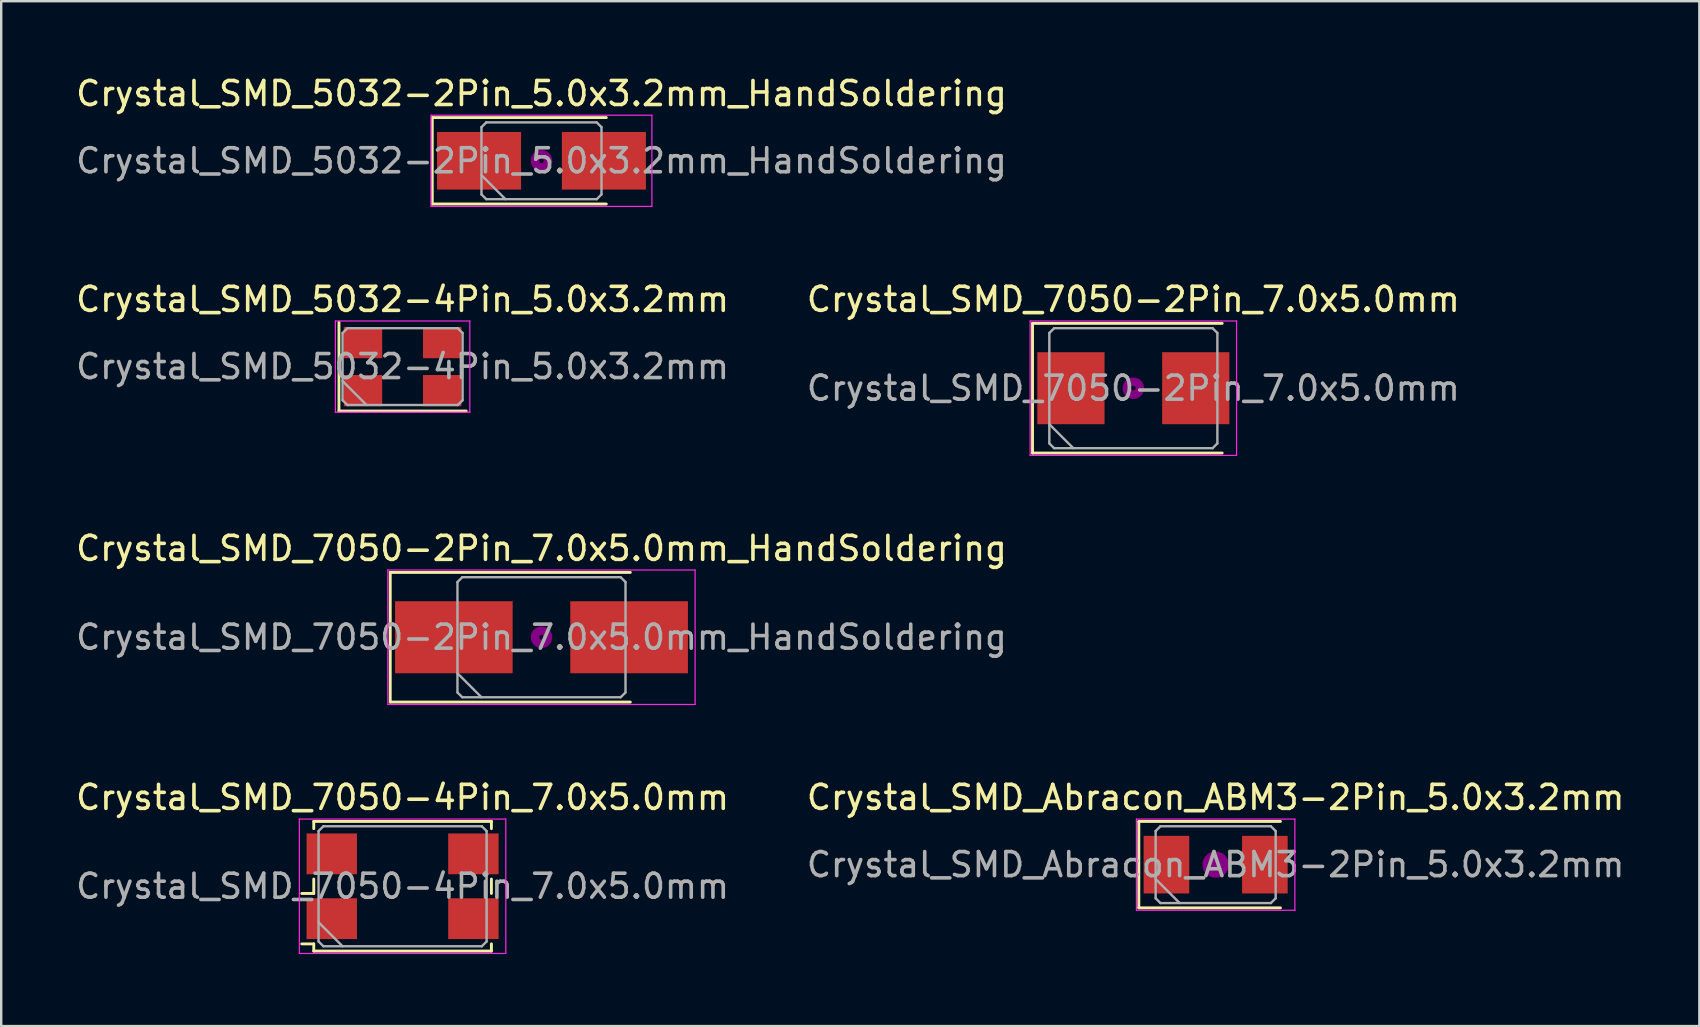
<source format=kicad_pcb>
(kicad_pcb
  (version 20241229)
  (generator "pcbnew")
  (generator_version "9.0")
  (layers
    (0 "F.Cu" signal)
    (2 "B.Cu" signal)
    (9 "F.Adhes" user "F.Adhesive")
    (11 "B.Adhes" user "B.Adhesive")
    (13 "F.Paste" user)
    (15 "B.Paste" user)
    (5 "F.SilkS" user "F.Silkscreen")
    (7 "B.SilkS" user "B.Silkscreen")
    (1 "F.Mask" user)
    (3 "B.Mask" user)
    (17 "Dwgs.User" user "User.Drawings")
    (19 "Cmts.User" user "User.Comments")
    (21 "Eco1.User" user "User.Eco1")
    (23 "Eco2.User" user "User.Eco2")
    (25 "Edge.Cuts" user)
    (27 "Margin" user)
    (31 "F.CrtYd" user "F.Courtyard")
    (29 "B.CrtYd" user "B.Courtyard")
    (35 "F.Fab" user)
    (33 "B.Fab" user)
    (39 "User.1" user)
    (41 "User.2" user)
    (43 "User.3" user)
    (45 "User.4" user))
  (footprint "Crystal_SMD_5032-4Pin_5.0x3.2mm"
    (layer "F.Cu")
    (at 13.72 12.222)
    (property "Reference" "Crystal_SMD_5032-4Pin_5.0x3.2mm" (at 0 -2.8 0) (layer "F.SilkS") (effects (font (size 1 1) (thickness 0.15))))
    (attr smd)
    (fp_line (start -2.65 -1.85) (end -2.65 1.85) (stroke (width 0.12) (type solid)) (layer "F.SilkS"))
    (fp_line (start -2.65 1.85) (end 2.65 1.85) (stroke (width 0.12) (type solid)) (layer "F.SilkS"))
    (fp_line (start -2.8 -1.9) (end -2.8 1.9) (stroke (width 0.05) (type solid)) (layer "F.CrtYd"))
    (fp_line (start -2.8 1.9) (end 2.8 1.9) (stroke (width 0.05) (type solid)) (layer "F.CrtYd"))
    (fp_line (start 2.8 -1.9) (end -2.8 -1.9) (stroke (width 0.05) (type solid)) (layer "F.CrtYd"))
    (fp_line (start 2.8 1.9) (end 2.8 -1.9) (stroke (width 0.05) (type solid)) (layer "F.CrtYd"))
    (fp_line (start -2.5 -1.4) (end -2.3 -1.6) (stroke (width 0.1) (type solid)) (layer "F.Fab"))
    (fp_line (start -2.5 0.6) (end -1.5 1.6) (stroke (width 0.1) (type solid)) (layer "F.Fab"))
    (fp_line (start -2.5 1.4) (end -2.5 -1.4) (stroke (width 0.1) (type solid)) (layer "F.Fab"))
    (fp_line (start -2.3 -1.6) (end 2.3 -1.6) (stroke (width 0.1) (type solid)) (layer "F.Fab"))
    (fp_line (start -2.3 1.6) (end -2.5 1.4) (stroke (width 0.1) (type solid)) (layer "F.Fab"))
    (fp_line (start 2.3 -1.6) (end 2.5 -1.4) (stroke (width 0.1) (type solid)) (layer "F.Fab"))
    (fp_line (start 2.3 1.6) (end -2.3 1.6) (stroke (width 0.1) (type solid)) (layer "F.Fab"))
    (fp_line (start 2.5 -1.4) (end 2.5 1.4) (stroke (width 0.1) (type solid)) (layer "F.Fab"))
    (fp_line (start 2.5 1.4) (end 2.3 1.6) (stroke (width 0.1) (type solid)) (layer "F.Fab"))
    (fp_text user "${REFERENCE}" (at 0 0 0) (layer "F.Fab") (effects (font (size 1 1) (thickness 0.15))))
    (pad "1" smd rect (at -1.65 1) (size 1.6 1.3) (layers "F.Cu" "F.Mask" "F.Paste"))
    (pad "2" smd rect (at 1.65 1) (size 1.6 1.3) (layers "F.Cu" "F.Mask" "F.Paste"))
    (pad "3" smd rect (at 1.65 -1) (size 1.6 1.3) (layers "F.Cu" "F.Mask" "F.Paste"))
    (pad "4" smd rect (at -1.65 -1) (size 1.6 1.3) (layers "F.Cu" "F.Mask" "F.Paste")))
  (footprint "Crystal_SMD_5032-2Pin_5.0x3.2mm_HandSoldering"
    (layer "F.Cu")
    (at 19.506 3.648)
    (property "Reference" "Crystal_SMD_5032-2Pin_5.0x3.2mm_HandSoldering" (at 0 -2.8 0) (layer "F.SilkS") (effects (font (size 1 1) (thickness 0.15))))
    (attr smd)
    (fp_line (start -4.55 -1.8) (end -4.55 1.8) (stroke (width 0.12) (type solid)) (layer "F.SilkS"))
    (fp_line (start -4.55 1.8) (end 2.7 1.8) (stroke (width 0.12) (type solid)) (layer "F.SilkS"))
    (fp_line (start 2.7 -1.8) (end -4.55 -1.8) (stroke (width 0.12) (type solid)) (layer "F.SilkS"))
    (fp_circle (center 0 0) (end 0.093 0) (stroke (width 0.187) (type solid)) (fill no) (layer "F.Adhes"))
    (fp_circle (center 0 0) (end 0.213 0) (stroke (width 0.133) (type solid)) (fill no) (layer "F.Adhes"))
    (fp_circle (center 0 0) (end 0.333 0) (stroke (width 0.133) (type solid)) (fill no) (layer "F.Adhes"))
    (fp_circle (center 0 0) (end 0.4 0) (stroke (width 0.1) (type solid)) (fill no) (layer "F.Adhes"))
    (fp_line (start -4.6 -1.9) (end -4.6 1.9) (stroke (width 0.05) (type solid)) (layer "F.CrtYd"))
    (fp_line (start -4.6 1.9) (end 4.6 1.9) (stroke (width 0.05) (type solid)) (layer "F.CrtYd"))
    (fp_line (start 4.6 -1.9) (end -4.6 -1.9) (stroke (width 0.05) (type solid)) (layer "F.CrtYd"))
    (fp_line (start 4.6 1.9) (end 4.6 -1.9) (stroke (width 0.05) (type solid)) (layer "F.CrtYd"))
    (fp_line (start -2.5 -1.4) (end -2.3 -1.6) (stroke (width 0.1) (type solid)) (layer "F.Fab"))
    (fp_line (start -2.5 0.6) (end -1.5 1.6) (stroke (width 0.1) (type solid)) (layer "F.Fab"))
    (fp_line (start -2.5 1.4) (end -2.5 -1.4) (stroke (width 0.1) (type solid)) (layer "F.Fab"))
    (fp_line (start -2.3 -1.6) (end 2.3 -1.6) (stroke (width 0.1) (type solid)) (layer "F.Fab"))
    (fp_line (start -2.3 1.6) (end -2.5 1.4) (stroke (width 0.1) (type solid)) (layer "F.Fab"))
    (fp_line (start 2.3 -1.6) (end 2.5 -1.4) (stroke (width 0.1) (type solid)) (layer "F.Fab"))
    (fp_line (start 2.3 1.6) (end -2.3 1.6) (stroke (width 0.1) (type solid)) (layer "F.Fab"))
    (fp_line (start 2.5 -1.4) (end 2.5 1.4) (stroke (width 0.1) (type solid)) (layer "F.Fab"))
    (fp_line (start 2.5 1.4) (end 2.3 1.6) (stroke (width 0.1) (type solid)) (layer "F.Fab"))
    (fp_text user "${REFERENCE}" (at 0 0 0) (layer "F.Fab") (effects (font (size 1 1) (thickness 0.15))))
    (pad "1" smd rect (at -2.6 0) (size 3.5 2.4) (layers "F.Cu" "F.Mask" "F.Paste"))
    (pad "2" smd rect (at 2.6 0) (size 3.5 2.4) (layers "F.Cu" "F.Mask" "F.Paste")))
  (footprint "Crystal_SMD_7050-4Pin_7.0x5.0mm"
    (layer "F.Cu")
    (at 13.72 33.868)
    (property "Reference" "Crystal_SMD_7050-4Pin_7.0x5.0mm" (at 0 -3.7 0) (layer "F.SilkS") (effects (font (size 1 1) (thickness 0.15))))
    (attr smd)
    (fp_line (start -4.2 0.3) (end -3.7 0.3) (stroke (width 0.12) (type solid)) (layer "F.SilkS"))
    (fp_line (start -4.2 2.4) (end -3.7 2.4) (stroke (width 0.12) (type solid)) (layer "F.SilkS"))
    (fp_line (start -3.7 -2.7) (end 3.7 -2.7) (stroke (width 0.12) (type solid)) (layer "F.SilkS"))
    (fp_line (start -3.7 -2.4) (end -3.7 -2.7) (stroke (width 0.12) (type solid)) (layer "F.SilkS"))
    (fp_line (start -3.7 0.3) (end -3.7 -0.3) (stroke (width 0.12) (type solid)) (layer "F.SilkS"))
    (fp_line (start -3.7 2.4) (end -3.7 2.7) (stroke (width 0.12) (type solid)) (layer "F.SilkS"))
    (fp_line (start -3.7 2.7) (end 3.7 2.7) (stroke (width 0.12) (type solid)) (layer "F.SilkS"))
    (fp_line (start 3.7 -2.7) (end 3.7 -2.4) (stroke (width 0.12) (type solid)) (layer "F.SilkS"))
    (fp_line (start 3.7 -0.3) (end 3.7 0.3) (stroke (width 0.12) (type solid)) (layer "F.SilkS"))
    (fp_line (start 3.7 2.7) (end 3.7 2.4) (stroke (width 0.12) (type solid)) (layer "F.SilkS"))
    (fp_line (start -4.3 -2.8) (end -4.3 2.8) (stroke (width 0.05) (type solid)) (layer "F.CrtYd"))
    (fp_line (start -4.3 2.8) (end 4.3 2.8) (stroke (width 0.05) (type solid)) (layer "F.CrtYd"))
    (fp_line (start 4.3 -2.8) (end -4.3 -2.8) (stroke (width 0.05) (type solid)) (layer "F.CrtYd"))
    (fp_line (start 4.3 2.8) (end 4.3 -2.8) (stroke (width 0.05) (type solid)) (layer "F.CrtYd"))
    (fp_line (start -3.5 -2.3) (end -3.3 -2.5) (stroke (width 0.1) (type solid)) (layer "F.Fab"))
    (fp_line (start -3.5 1.5) (end -2.5 2.5) (stroke (width 0.1) (type solid)) (layer "F.Fab"))
    (fp_line (start -3.5 2.3) (end -3.5 -2.3) (stroke (width 0.1) (type solid)) (layer "F.Fab"))
    (fp_line (start -3.3 -2.5) (end 3.3 -2.5) (stroke (width 0.1) (type solid)) (layer "F.Fab"))
    (fp_line (start -3.3 2.5) (end -3.5 2.3) (stroke (width 0.1) (type solid)) (layer "F.Fab"))
    (fp_line (start 3.3 -2.5) (end 3.5 -2.3) (stroke (width 0.1) (type solid)) (layer "F.Fab"))
    (fp_line (start 3.3 2.5) (end -3.3 2.5) (stroke (width 0.1) (type solid)) (layer "F.Fab"))
    (fp_line (start 3.5 -2.3) (end 3.5 2.3) (stroke (width 0.1) (type solid)) (layer "F.Fab"))
    (fp_line (start 3.5 2.3) (end 3.3 2.5) (stroke (width 0.1) (type solid)) (layer "F.Fab"))
    (fp_text user "${REFERENCE}" (at 0 0 0) (layer "F.Fab") (effects (font (size 1 1) (thickness 0.15))))
    (pad "1" smd rect (at -2.95 1.35) (size 2.1 1.7) (layers "F.Cu" "F.Mask" "F.Paste"))
    (pad "2" smd rect (at 2.95 1.35) (size 2.1 1.7) (layers "F.Cu" "F.Mask" "F.Paste"))
    (pad "3" smd rect (at 2.95 -1.35) (size 2.1 1.7) (layers "F.Cu" "F.Mask" "F.Paste"))
    (pad "4" smd rect (at -2.95 -1.35) (size 2.1 1.7) (layers "F.Cu" "F.Mask" "F.Paste")))
  (footprint "Crystal_SMD_Abracon_ABM3-2Pin_5.0x3.2mm"
    (layer "F.Cu")
    (at 47.589 32.968)
    (property "Reference" "Crystal_SMD_Abracon_ABM3-2Pin_5.0x3.2mm" (at 0 -2.8 0) (layer "F.SilkS") (effects (font (size 1 1) (thickness 0.15))))
    (attr smd)
    (fp_line (start -3.2 -1.8) (end -3.2 1.8) (stroke (width 0.12) (type solid)) (layer "F.SilkS"))
    (fp_line (start -3.2 1.8) (end 2.7 1.8) (stroke (width 0.12) (type solid)) (layer "F.SilkS"))
    (fp_line (start 2.7 -1.8) (end -3.2 -1.8) (stroke (width 0.12) (type solid)) (layer "F.SilkS"))
    (fp_circle (center 0 0) (end 0.117 0) (stroke (width 0.233) (type solid)) (fill no) (layer "F.Adhes"))
    (fp_circle (center 0 0) (end 0.267 0) (stroke (width 0.167) (type solid)) (fill no) (layer "F.Adhes"))
    (fp_circle (center 0 0) (end 0.417 0) (stroke (width 0.167) (type solid)) (fill no) (layer "F.Adhes"))
    (fp_circle (center 0 0) (end 0.5 0) (stroke (width 0.1) (type solid)) (fill no) (layer "F.Adhes"))
    (fp_line (start -3.3 -1.9) (end -3.3 1.9) (stroke (width 0.05) (type solid)) (layer "F.CrtYd"))
    (fp_line (start -3.3 1.9) (end 3.3 1.9) (stroke (width 0.05) (type solid)) (layer "F.CrtYd"))
    (fp_line (start 3.3 -1.9) (end -3.3 -1.9) (stroke (width 0.05) (type solid)) (layer "F.CrtYd"))
    (fp_line (start 3.3 1.9) (end 3.3 -1.9) (stroke (width 0.05) (type solid)) (layer "F.CrtYd"))
    (fp_line (start -2.5 -1.4) (end -2.3 -1.6) (stroke (width 0.1) (type solid)) (layer "F.Fab"))
    (fp_line (start -2.5 0.6) (end -1.5 1.6) (stroke (width 0.1) (type solid)) (layer "F.Fab"))
    (fp_line (start -2.5 1.4) (end -2.5 -1.4) (stroke (width 0.1) (type solid)) (layer "F.Fab"))
    (fp_line (start -2.3 -1.6) (end 2.3 -1.6) (stroke (width 0.1) (type solid)) (layer "F.Fab"))
    (fp_line (start -2.3 1.6) (end -2.5 1.4) (stroke (width 0.1) (type solid)) (layer "F.Fab"))
    (fp_line (start 2.3 -1.6) (end 2.5 -1.4) (stroke (width 0.1) (type solid)) (layer "F.Fab"))
    (fp_line (start 2.3 1.6) (end -2.3 1.6) (stroke (width 0.1) (type solid)) (layer "F.Fab"))
    (fp_line (start 2.5 -1.4) (end 2.5 1.4) (stroke (width 0.1) (type solid)) (layer "F.Fab"))
    (fp_line (start 2.5 1.4) (end 2.3 1.6) (stroke (width 0.1) (type solid)) (layer "F.Fab"))
    (fp_text user "${REFERENCE}" (at 0 0 0) (layer "F.Fab") (effects (font (size 1 1) (thickness 0.15))))
    (pad "1" smd rect (at -2.05 0) (size 1.9 2.4) (layers "F.Cu" "F.Mask" "F.Paste"))
    (pad "2" smd rect (at 2.05 0) (size 1.9 2.4) (layers "F.Cu" "F.Mask" "F.Paste")))
  (footprint "Crystal_SMD_7050-2Pin_7.0x5.0mm_HandSoldering"
    (layer "F.Cu")
    (at 19.506 23.495)
    (property "Reference" "Crystal_SMD_7050-2Pin_7.0x5.0mm_HandSoldering" (at 0 -3.7 0) (layer "F.SilkS") (effects (font (size 1 1) (thickness 0.15))))
    (attr smd)
    (fp_line (start -6.3 -2.7) (end -6.3 2.7) (stroke (width 0.12) (type solid)) (layer "F.SilkS"))
    (fp_line (start -6.3 2.7) (end 3.7 2.7) (stroke (width 0.12) (type solid)) (layer "F.SilkS"))
    (fp_line (start 3.7 -2.7) (end -6.3 -2.7) (stroke (width 0.12) (type solid)) (layer "F.SilkS"))
    (fp_circle (center 0 0) (end 0.093 0) (stroke (width 0.187) (type solid)) (fill no) (layer "F.Adhes"))
    (fp_circle (center 0 0) (end 0.213 0) (stroke (width 0.133) (type solid)) (fill no) (layer "F.Adhes"))
    (fp_circle (center 0 0) (end 0.333 0) (stroke (width 0.133) (type solid)) (fill no) (layer "F.Adhes"))
    (fp_circle (center 0 0) (end 0.4 0) (stroke (width 0.1) (type solid)) (fill no) (layer "F.Adhes"))
    (fp_line (start -6.4 -2.8) (end -6.4 2.8) (stroke (width 0.05) (type solid)) (layer "F.CrtYd"))
    (fp_line (start -6.4 2.8) (end 6.4 2.8) (stroke (width 0.05) (type solid)) (layer "F.CrtYd"))
    (fp_line (start 6.4 -2.8) (end -6.4 -2.8) (stroke (width 0.05) (type solid)) (layer "F.CrtYd"))
    (fp_line (start 6.4 2.8) (end 6.4 -2.8) (stroke (width 0.05) (type solid)) (layer "F.CrtYd"))
    (fp_line (start -3.5 -2.3) (end -3.3 -2.5) (stroke (width 0.1) (type solid)) (layer "F.Fab"))
    (fp_line (start -3.5 1.5) (end -2.5 2.5) (stroke (width 0.1) (type solid)) (layer "F.Fab"))
    (fp_line (start -3.5 2.3) (end -3.5 -2.3) (stroke (width 0.1) (type solid)) (layer "F.Fab"))
    (fp_line (start -3.3 -2.5) (end 3.3 -2.5) (stroke (width 0.1) (type solid)) (layer "F.Fab"))
    (fp_line (start -3.3 2.5) (end -3.5 2.3) (stroke (width 0.1) (type solid)) (layer "F.Fab"))
    (fp_line (start 3.3 -2.5) (end 3.5 -2.3) (stroke (width 0.1) (type solid)) (layer "F.Fab"))
    (fp_line (start 3.3 2.5) (end -3.3 2.5) (stroke (width 0.1) (type solid)) (layer "F.Fab"))
    (fp_line (start 3.5 -2.3) (end 3.5 2.3) (stroke (width 0.1) (type solid)) (layer "F.Fab"))
    (fp_line (start 3.5 2.3) (end 3.3 2.5) (stroke (width 0.1) (type solid)) (layer "F.Fab"))
    (fp_text user "${REFERENCE}" (at 0 0 0) (layer "F.Fab") (effects (font (size 1 1) (thickness 0.15))))
    (pad "1" smd rect (at -3.65 0) (size 4.9 3) (layers "F.Cu" "F.Mask" "F.Paste"))
    (pad "2" smd rect (at 3.65 0) (size 4.9 3) (layers "F.Cu" "F.Mask" "F.Paste")))
  (footprint "Crystal_SMD_7050-2Pin_7.0x5.0mm"
    (layer "F.Cu")
    (at 44.161 13.121)
    (property "Reference" "Crystal_SMD_7050-2Pin_7.0x5.0mm" (at 0 -3.7 0) (layer "F.SilkS") (effects (font (size 1 1) (thickness 0.15))))
    (attr smd)
    (fp_line (start -4.2 -2.7) (end -4.2 2.7) (stroke (width 0.12) (type solid)) (layer "F.SilkS"))
    (fp_line (start -4.2 2.7) (end 3.7 2.7) (stroke (width 0.12) (type solid)) (layer "F.SilkS"))
    (fp_line (start 3.7 -2.7) (end -4.2 -2.7) (stroke (width 0.12) (type solid)) (layer "F.SilkS"))
    (fp_circle (center 0 0) (end 0.093 0) (stroke (width 0.187) (type solid)) (fill no) (layer "F.Adhes"))
    (fp_circle (center 0 0) (end 0.213 0) (stroke (width 0.133) (type solid)) (fill no) (layer "F.Adhes"))
    (fp_circle (center 0 0) (end 0.333 0) (stroke (width 0.133) (type solid)) (fill no) (layer "F.Adhes"))
    (fp_circle (center 0 0) (end 0.4 0) (stroke (width 0.1) (type solid)) (fill no) (layer "F.Adhes"))
    (fp_line (start -4.3 -2.8) (end -4.3 2.8) (stroke (width 0.05) (type solid)) (layer "F.CrtYd"))
    (fp_line (start -4.3 2.8) (end 4.3 2.8) (stroke (width 0.05) (type solid)) (layer "F.CrtYd"))
    (fp_line (start 4.3 -2.8) (end -4.3 -2.8) (stroke (width 0.05) (type solid)) (layer "F.CrtYd"))
    (fp_line (start 4.3 2.8) (end 4.3 -2.8) (stroke (width 0.05) (type solid)) (layer "F.CrtYd"))
    (fp_line (start -3.5 -2.3) (end -3.3 -2.5) (stroke (width 0.1) (type solid)) (layer "F.Fab"))
    (fp_line (start -3.5 1.5) (end -2.5 2.5) (stroke (width 0.1) (type solid)) (layer "F.Fab"))
    (fp_line (start -3.5 2.3) (end -3.5 -2.3) (stroke (width 0.1) (type solid)) (layer "F.Fab"))
    (fp_line (start -3.3 -2.5) (end 3.3 -2.5) (stroke (width 0.1) (type solid)) (layer "F.Fab"))
    (fp_line (start -3.3 2.5) (end -3.5 2.3) (stroke (width 0.1) (type solid)) (layer "F.Fab"))
    (fp_line (start 3.3 -2.5) (end 3.5 -2.3) (stroke (width 0.1) (type solid)) (layer "F.Fab"))
    (fp_line (start 3.3 2.5) (end -3.3 2.5) (stroke (width 0.1) (type solid)) (layer "F.Fab"))
    (fp_line (start 3.5 -2.3) (end 3.5 2.3) (stroke (width 0.1) (type solid)) (layer "F.Fab"))
    (fp_line (start 3.5 2.3) (end 3.3 2.5) (stroke (width 0.1) (type solid)) (layer "F.Fab"))
    (fp_text user "${REFERENCE}" (at 0 0 0) (layer "F.Fab") (effects (font (size 1 1) (thickness 0.15))))
    (pad "1" smd rect (at -2.6 0) (size 2.8 3) (layers "F.Cu" "F.Mask" "F.Paste"))
    (pad "2" smd rect (at 2.6 0) (size 2.8 3) (layers "F.Cu" "F.Mask" "F.Paste")))
  (gr_rect
    (start -3 -3)
    (end 67.738 39.693)
    (stroke (width 0.1) (type default))
    (fill no)
    (layer "Edge.Cuts")))
</source>
